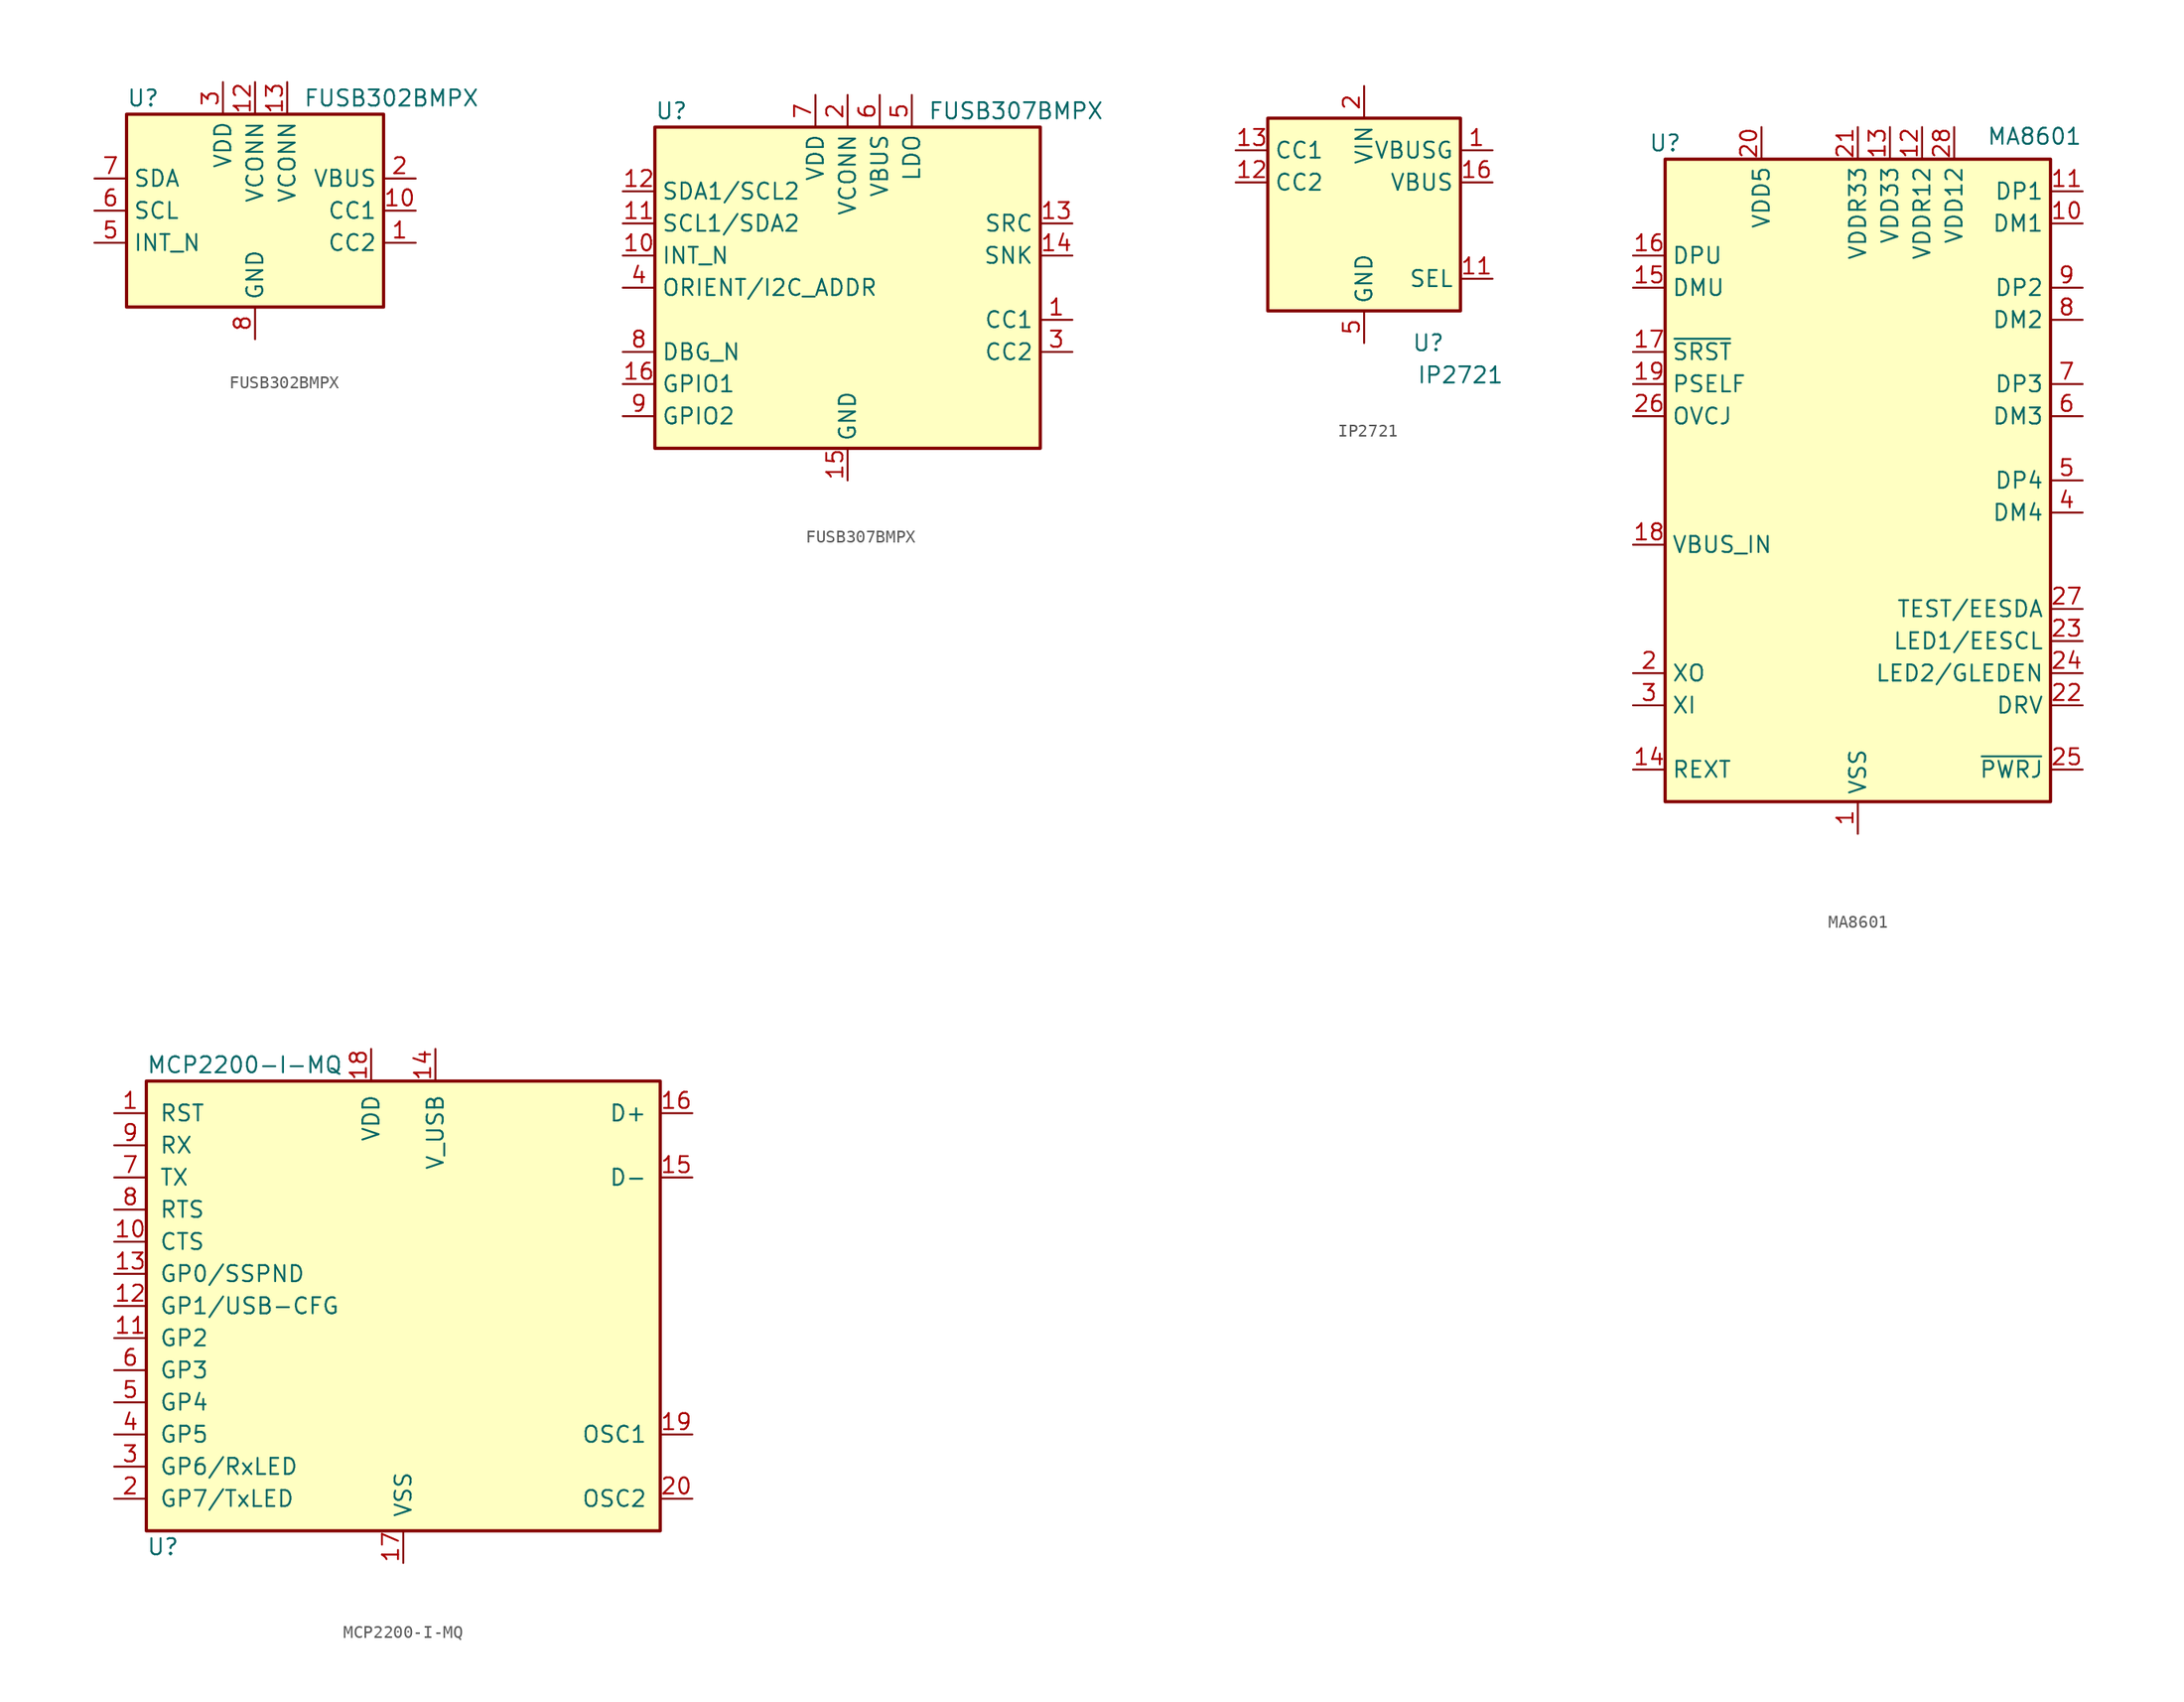
<source format=kicad_sym>
(kicad_symbol_lib
  (version 20241209)
  (generator "kicad_symbol_editor")
  (generator_version "9.0")
  (symbol "FUSB302BMPX"
    (property "Reference" "U"
      (at -10.16 8.89 0)
      (effects (font (size 1.27 1.27)) (justify left)))
    (property "Value" "FUSB302BMPX"
      (at 3.81 8.89 0)
      (effects (font (size 1.27 1.27)) (justify left)))
    (symbol "FUSB302BMPX_0_1"
      (rectangle (start -10.16 7.62) (end 10.16 -7.62) (stroke (width 0.254) (type default)) (fill (type background))))
    (symbol "FUSB302BMPX_1_1"
      (pin bidirectional line (at -12.7 2.54 0) (length 2.54) (name "SDA" (effects (font (size 1.27 1.27)))) (number "7" (effects (font (size 1.27 1.27)))))
      (pin input line (at -12.7 0 0) (length 2.54) (name "SCL" (effects (font (size 1.27 1.27)))) (number "6" (effects (font (size 1.27 1.27)))))
      (pin open_collector line (at -12.7 -2.54 0) (length 2.54) (name "INT_N" (effects (font (size 1.27 1.27)))) (number "5" (effects (font (size 1.27 1.27)))))
      (pin power_in line (at -2.54 10.16 270) (length 2.54) (name "VDD" (effects (font (size 1.27 1.27)))) (number "3" (effects (font (size 1.27 1.27)))))
      (pin passive line (at -2.54 10.16 270) (length 2.54) (hide yes) (name "VDD" (effects (font (size 1.27 1.27)))) (number "4" (effects (font (size 1.27 1.27)))))
      (pin power_in line (at 0 10.16 270) (length 2.54) (name "VCONN" (effects (font (size 1.27 1.27)))) (number "12" (effects (font (size 1.27 1.27)))))
      (pin passive line (at 0 -10.16 90) (length 2.54) (hide yes) (name "GND" (effects (font (size 1.27 1.27)))) (number "15" (effects (font (size 1.27 1.27)))))
      (pin power_in line (at 0 -10.16 90) (length 2.54) (name "GND" (effects (font (size 1.27 1.27)))) (number "8" (effects (font (size 1.27 1.27)))))
      (pin passive line (at 0 -10.16 90) (length 2.54) (hide yes) (name "GND" (effects (font (size 1.27 1.27)))) (number "9" (effects (font (size 1.27 1.27)))))
      (pin power_in line (at 2.54 10.16 270) (length 2.54) (name "VCONN" (effects (font (size 1.27 1.27)))) (number "13" (effects (font (size 1.27 1.27)))))
      (pin input line (at 12.7 2.54 180) (length 2.54) (name "VBUS" (effects (font (size 1.27 1.27)))) (number "2" (effects (font (size 1.27 1.27)))))
      (pin bidirectional line (at 12.7 0 180) (length 2.54) (name "CC1" (effects (font (size 1.27 1.27)))) (number "10" (effects (font (size 1.27 1.27)))))
      (pin bidirectional line (at 12.7 0 180) (length 2.54) (hide yes) (name "CC1" (effects (font (size 1.27 1.27)))) (number "11" (effects (font (size 1.27 1.27)))))
      (pin bidirectional line (at 12.7 -2.54 180) (length 2.54) (name "CC2" (effects (font (size 1.27 1.27)))) (number "1" (effects (font (size 1.27 1.27)))))
      (pin bidirectional line (at 12.7 -2.54 180) (length 2.54) (hide yes) (name "CC2" (effects (font (size 1.27 1.27)))) (number "14" (effects (font (size 1.27 1.27)))))))
  (symbol "FUSB307BMPX"
    (property "Reference" "U"
      (at -15.24 13.97 0)
      (effects (font (size 1.27 1.27)) (justify left)))
    (property "Value" "FUSB307BMPX"
      (at 6.35 13.97 0)
      (effects (font (size 1.27 1.27)) (justify left)))
    (symbol "FUSB307BMPX_0_1"
      (rectangle (start -15.24 12.7) (end 15.24 -12.7) (stroke (width 0.254) (type default)) (fill (type background))))
    (symbol "FUSB307BMPX_1_1"
      (pin bidirectional line (at -17.78 7.62 0) (length 2.54) (name "SDA1/SCL2" (effects (font (size 1.27 1.27)))) (number "12" (effects (font (size 1.27 1.27)))))
      (pin bidirectional line (at -17.78 5.08 0) (length 2.54) (name "SCL1/SDA2" (effects (font (size 1.27 1.27)))) (number "11" (effects (font (size 1.27 1.27)))))
      (pin open_collector line (at -17.78 2.54 0) (length 2.54) (name "INT_N" (effects (font (size 1.27 1.27)))) (number "10" (effects (font (size 1.27 1.27)))))
      (pin tri_state line (at -17.78 0 0) (length 2.54) (name "ORIENT/I2C_ADDR" (effects (font (size 1.27 1.27)))) (number "4" (effects (font (size 1.27 1.27)))))
      (pin open_collector line (at -17.78 -5.08 0) (length 2.54) (name "DBG_N" (effects (font (size 1.27 1.27)))) (number "8" (effects (font (size 1.27 1.27)))))
      (pin bidirectional line (at -17.78 -7.62 0) (length 2.54) (name "GPIO1" (effects (font (size 1.27 1.27)))) (number "16" (effects (font (size 1.27 1.27)))))
      (pin bidirectional line (at -17.78 -10.16 0) (length 2.54) (name "GPIO2" (effects (font (size 1.27 1.27)))) (number "9" (effects (font (size 1.27 1.27)))))
      (pin power_in line (at -2.54 15.24 270) (length 2.54) (name "VDD" (effects (font (size 1.27 1.27)))) (number "7" (effects (font (size 1.27 1.27)))))
      (pin power_in line (at 0 15.24 270) (length 2.54) (name "VCONN" (effects (font (size 1.27 1.27)))) (number "2" (effects (font (size 1.27 1.27)))))
      (pin power_in line (at 0 -15.24 90) (length 2.54) (name "GND" (effects (font (size 1.27 1.27)))) (number "15" (effects (font (size 1.27 1.27)))))
      (pin passive line (at 0 -15.24 90) (length 2.54) (hide yes) (name "GND" (effects (font (size 1.27 1.27)))) (number "17" (effects (font (size 1.27 1.27)))))
      (pin power_in line (at 2.54 15.24 270) (length 2.54) (name "VBUS" (effects (font (size 1.27 1.27)))) (number "6" (effects (font (size 1.27 1.27)))))
      (pin power_out line (at 5.08 15.24 270) (length 2.54) (name "LDO" (effects (font (size 1.27 1.27)))) (number "5" (effects (font (size 1.27 1.27)))))
      (pin output line (at 17.78 5.08 180) (length 2.54) (name "SRC" (effects (font (size 1.27 1.27)))) (number "13" (effects (font (size 1.27 1.27)))))
      (pin output line (at 17.78 2.54 180) (length 2.54) (name "SNK" (effects (font (size 1.27 1.27)))) (number "14" (effects (font (size 1.27 1.27)))))
      (pin bidirectional line (at 17.78 -2.54 180) (length 2.54) (name "CC1" (effects (font (size 1.27 1.27)))) (number "1" (effects (font (size 1.27 1.27)))))
      (pin bidirectional line (at 17.78 -5.08 180) (length 2.54) (name "CC2" (effects (font (size 1.27 1.27)))) (number "3" (effects (font (size 1.27 1.27)))))))
  (symbol "IP2721"
    (property "Reference" "U"
      (at 5.08 -10.16 0)
      (effects (font (size 1.27 1.27))))
    (property "Value" "IP2721"
      (at 7.62 -12.7 0)
      (effects (font (size 1.27 1.27))))
    (symbol "IP2721_0_1"
      (rectangle (start -7.62 7.62) (end 7.62 -7.62) (stroke (width 0.254) (type default)) (fill (type background))))
    (symbol "IP2721_1_1"
      (pin bidirectional line (at -10.16 5.08 0) (length 2.54) (name "CC1" (effects (font (size 1.27 1.27)))) (number "13" (effects (font (size 1.27 1.27)))))
      (pin bidirectional line (at -10.16 2.54 0) (length 2.54) (name "CC2" (effects (font (size 1.27 1.27)))) (number "12" (effects (font (size 1.27 1.27)))))
      (pin no_connect line (at -7.62 -2.54 0) (length 2.54) (hide yes) (name "NC" (effects (font (size 1.27 1.27)))) (number "4" (effects (font (size 1.27 1.27)))))
      (pin no_connect line (at -5.08 7.62 270) (length 2.54) (hide yes) (name "NC" (effects (font (size 1.27 1.27)))) (number "3" (effects (font (size 1.27 1.27)))))
      (pin no_connect line (at -5.08 -7.62 90) (length 2.54) (hide yes) (name "NC" (effects (font (size 1.27 1.27)))) (number "9" (effects (font (size 1.27 1.27)))))
      (pin no_connect line (at -2.54 7.62 270) (length 2.54) (hide yes) (name "NC" (effects (font (size 1.27 1.27)))) (number "6" (effects (font (size 1.27 1.27)))))
      (pin no_connect line (at -2.54 -7.62 90) (length 2.54) (hide yes) (name "NC" (effects (font (size 1.27 1.27)))) (number "10" (effects (font (size 1.27 1.27)))))
      (pin power_in line (at 0 10.16 270) (length 2.54) (name "VIN" (effects (font (size 1.27 1.27)))) (number "2" (effects (font (size 1.27 1.27)))))
      (pin power_in line (at 0 -10.16 90) (length 2.54) (name "GND" (effects (font (size 1.27 1.27)))) (number "5" (effects (font (size 1.27 1.27)))))
      (pin no_connect line (at 2.54 7.62 270) (length 2.54) (hide yes) (name "NC" (effects (font (size 1.27 1.27)))) (number "7" (effects (font (size 1.27 1.27)))))
      (pin no_connect line (at 2.54 -7.62 90) (length 2.54) (hide yes) (name "NC" (effects (font (size 1.27 1.27)))) (number "14" (effects (font (size 1.27 1.27)))))
      (pin no_connect line (at 5.08 7.62 270) (length 2.54) (hide yes) (name "NC" (effects (font (size 1.27 1.27)))) (number "8" (effects (font (size 1.27 1.27)))))
      (pin no_connect line (at 5.08 -7.62 90) (length 2.54) (hide yes) (name "NC" (effects (font (size 1.27 1.27)))) (number "15" (effects (font (size 1.27 1.27)))))
      (pin output line (at 10.16 5.08 180) (length 2.54) (name "VBUSG" (effects (font (size 1.27 1.27)))) (number "1" (effects (font (size 1.27 1.27)))))
      (pin input line (at 10.16 2.54 180) (length 2.54) (name "VBUS" (effects (font (size 1.27 1.27)))) (number "16" (effects (font (size 1.27 1.27)))))
      (pin input line (at 10.16 -5.08 180) (length 2.54) (name "SEL" (effects (font (size 1.27 1.27)))) (number "11" (effects (font (size 1.27 1.27)))))))
  (symbol "MA8601"
    (property "Reference" "U"
      (at -15.24 26.67 0)
      (effects (font (size 1.27 1.27))))
    (property "Value" "MA8601"
      (at 13.97 27.94 0)
      (effects (font (size 1.27 1.27)) (justify top)))
    (symbol "MA8601_0_1"
      (rectangle (start -15.24 25.4) (end 15.24 -25.4) (stroke (width 0.254) (type default)) (fill (type background))))
    (symbol "MA8601_1_1"
      (pin bidirectional line (at -17.78 17.78 0) (length 2.54) (name "DPU" (effects (font (size 1.27 1.27)))) (number "16" (effects (font (size 1.27 1.27)))))
      (pin bidirectional line (at -17.78 15.24 0) (length 2.54) (name "DMU" (effects (font (size 1.27 1.27)))) (number "15" (effects (font (size 1.27 1.27)))))
      (pin input line (at -17.78 10.16 0) (length 2.54) (name "~{SRST}" (effects (font (size 1.27 1.27)))) (number "17" (effects (font (size 1.27 1.27)))))
      (pin input line (at -17.78 7.62 0) (length 2.54) (name "PSELF" (effects (font (size 1.27 1.27)))) (number "19" (effects (font (size 1.27 1.27)))))
      (pin input line (at -17.78 5.08 0) (length 2.54) (name "OVCJ" (effects (font (size 1.27 1.27)))) (number "26" (effects (font (size 1.27 1.27)))))
      (pin input line (at -17.78 -5.08 0) (length 2.54) (name "VBUS_IN" (effects (font (size 1.27 1.27)))) (number "18" (effects (font (size 1.27 1.27)))))
      (pin output line (at -17.78 -15.24 0) (length 2.54) (name "XO" (effects (font (size 1.27 1.27)))) (number "2" (effects (font (size 1.27 1.27)))))
      (pin input line (at -17.78 -17.78 0) (length 2.54) (name "XI" (effects (font (size 1.27 1.27)))) (number "3" (effects (font (size 1.27 1.27)))))
      (pin passive line (at -17.78 -22.86 0) (length 2.54) (name "REXT" (effects (font (size 1.27 1.27)))) (number "14" (effects (font (size 1.27 1.27)))))
      (pin power_in line (at -7.62 27.94 270) (length 2.54) (name "VDD5" (effects (font (size 1.27 1.27)))) (number "20" (effects (font (size 1.27 1.27)))))
      (pin power_out line (at 0 27.94 270) (length 2.54) (name "VDDR33" (effects (font (size 1.27 1.27)))) (number "21" (effects (font (size 1.27 1.27)))))
      (pin power_in line (at 0 -27.94 90) (length 2.54) (name "VSS" (effects (font (size 1.27 1.27)))) (number "1" (effects (font (size 1.27 1.27)))))
      (pin power_in line (at 2.54 27.94 270) (length 2.54) (name "VDD33" (effects (font (size 1.27 1.27)))) (number "13" (effects (font (size 1.27 1.27)))))
      (pin power_out line (at 5.08 27.94 270) (length 2.54) (name "VDDR12" (effects (font (size 1.27 1.27)))) (number "12" (effects (font (size 1.27 1.27)))))
      (pin power_in line (at 7.62 27.94 270) (length 2.54) (name "VDD12" (effects (font (size 1.27 1.27)))) (number "28" (effects (font (size 1.27 1.27)))))
      (pin bidirectional line (at 17.78 22.86 180) (length 2.54) (name "DP1" (effects (font (size 1.27 1.27)))) (number "11" (effects (font (size 1.27 1.27)))))
      (pin bidirectional line (at 17.78 20.32 180) (length 2.54) (name "DM1" (effects (font (size 1.27 1.27)))) (number "10" (effects (font (size 1.27 1.27)))))
      (pin bidirectional line (at 17.78 15.24 180) (length 2.54) (name "DP2" (effects (font (size 1.27 1.27)))) (number "9" (effects (font (size 1.27 1.27)))))
      (pin bidirectional line (at 17.78 12.7 180) (length 2.54) (name "DM2" (effects (font (size 1.27 1.27)))) (number "8" (effects (font (size 1.27 1.27)))))
      (pin bidirectional line (at 17.78 7.62 180) (length 2.54) (name "DP3" (effects (font (size 1.27 1.27)))) (number "7" (effects (font (size 1.27 1.27)))))
      (pin bidirectional line (at 17.78 5.08 180) (length 2.54) (name "DM3" (effects (font (size 1.27 1.27)))) (number "6" (effects (font (size 1.27 1.27)))))
      (pin bidirectional line (at 17.78 0 180) (length 2.54) (name "DP4" (effects (font (size 1.27 1.27)))) (number "5" (effects (font (size 1.27 1.27)))))
      (pin bidirectional line (at 17.78 -2.54 180) (length 2.54) (name "DM4" (effects (font (size 1.27 1.27)))) (number "4" (effects (font (size 1.27 1.27)))))
      (pin bidirectional line (at 17.78 -10.16 180) (length 2.54) (name "TEST/EESDA" (effects (font (size 1.27 1.27)))) (number "27" (effects (font (size 1.27 1.27)))))
      (pin bidirectional line (at 17.78 -12.7 180) (length 2.54) (name "LED1/EESCL" (effects (font (size 1.27 1.27)))) (number "23" (effects (font (size 1.27 1.27)))))
      (pin bidirectional line (at 17.78 -15.24 180) (length 2.54) (name "LED2/GLEDEN" (effects (font (size 1.27 1.27)))) (number "24" (effects (font (size 1.27 1.27)))))
      (pin bidirectional line (at 17.78 -17.78 180) (length 2.54) (name "DRV" (effects (font (size 1.27 1.27)))) (number "22" (effects (font (size 1.27 1.27)))))
      (pin output line (at 17.78 -22.86 180) (length 2.54) (name "~{PWRJ}" (effects (font (size 1.27 1.27)))) (number "25" (effects (font (size 1.27 1.27)))))))
  (symbol "MCP2200-I-MQ"
    (pin_names
      (offset 1.016))
    (property "Reference" "U"
      (at -20.32 -19.05 0)
      (effects (font (size 1.27 1.27)) (justify left)))
    (property "Value" "MCP2200-I-MQ"
      (at -20.32 19.05 0)
      (effects (font (size 1.27 1.27)) (justify left)))
    (symbol "MCP2200-I-MQ_0_1"
      (rectangle (start -20.32 17.78) (end 20.32 -17.78) (stroke (width 0.254) (type default)) (fill (type background))))
    (symbol "MCP2200-I-MQ_1_1"
      (pin input line (at -22.86 15.24 0) (length 2.54) (name "RST" (effects (font (size 1.27 1.27)))) (number "1" (effects (font (size 1.27 1.27)))))
      (pin input line (at -22.86 12.7 0) (length 2.54) (name "RX" (effects (font (size 1.27 1.27)))) (number "9" (effects (font (size 1.27 1.27)))))
      (pin output line (at -22.86 10.16 0) (length 2.54) (name "TX" (effects (font (size 1.27 1.27)))) (number "7" (effects (font (size 1.27 1.27)))))
      (pin output line (at -22.86 7.62 0) (length 2.54) (name "RTS" (effects (font (size 1.27 1.27)))) (number "8" (effects (font (size 1.27 1.27)))))
      (pin input line (at -22.86 5.08 0) (length 2.54) (name "CTS" (effects (font (size 1.27 1.27)))) (number "10" (effects (font (size 1.27 1.27)))))
      (pin bidirectional line (at -22.86 2.54 0) (length 2.54) (name "GP0/SSPND" (effects (font (size 1.27 1.27)))) (number "13" (effects (font (size 1.27 1.27)))))
      (pin bidirectional line (at -22.86 0 0) (length 2.54) (name "GP1/USB-CFG" (effects (font (size 1.27 1.27)))) (number "12" (effects (font (size 1.27 1.27)))))
      (pin bidirectional line (at -22.86 -2.54 0) (length 2.54) (name "GP2" (effects (font (size 1.27 1.27)))) (number "11" (effects (font (size 1.27 1.27)))))
      (pin bidirectional line (at -22.86 -5.08 0) (length 2.54) (name "GP3" (effects (font (size 1.27 1.27)))) (number "6" (effects (font (size 1.27 1.27)))))
      (pin bidirectional line (at -22.86 -7.62 0) (length 2.54) (name "GP4" (effects (font (size 1.27 1.27)))) (number "5" (effects (font (size 1.27 1.27)))))
      (pin bidirectional line (at -22.86 -10.16 0) (length 2.54) (name "GP5" (effects (font (size 1.27 1.27)))) (number "4" (effects (font (size 1.27 1.27)))))
      (pin bidirectional line (at -22.86 -12.7 0) (length 2.54) (name "GP6/RxLED" (effects (font (size 1.27 1.27)))) (number "3" (effects (font (size 1.27 1.27)))))
      (pin bidirectional line (at -22.86 -15.24 0) (length 2.54) (name "GP7/TxLED" (effects (font (size 1.27 1.27)))) (number "2" (effects (font (size 1.27 1.27)))))
      (pin power_in line (at -2.54 20.32 270) (length 2.54) (name "VDD" (effects (font (size 1.27 1.27)))) (number "18" (effects (font (size 1.27 1.27)))))
      (pin power_in line (at 0 -20.32 90) (length 2.54) (name "VSS" (effects (font (size 1.27 1.27)))) (number "17" (effects (font (size 1.27 1.27)))))
      (pin power_in line (at 2.54 20.32 270) (length 2.54) (name "V_USB" (effects (font (size 1.27 1.27)))) (number "14" (effects (font (size 1.27 1.27)))))
      (pin no_connect line (at 20.32 0 180) (length 2.54) (hide yes) (name "EP" (effects (font (size 1.27 1.27)))) (number "21" (effects (font (size 1.27 1.27)))))
      (pin bidirectional line (at 22.86 15.24 180) (length 2.54) (name "D+" (effects (font (size 1.27 1.27)))) (number "16" (effects (font (size 1.27 1.27)))))
      (pin bidirectional line (at 22.86 10.16 180) (length 2.54) (name "D-" (effects (font (size 1.27 1.27)))) (number "15" (effects (font (size 1.27 1.27)))))
      (pin input line (at 22.86 -10.16 180) (length 2.54) (name "OSC1" (effects (font (size 1.27 1.27)))) (number "19" (effects (font (size 1.27 1.27)))))
      (pin output line (at 22.86 -15.24 180) (length 2.54) (name "OSC2" (effects (font (size 1.27 1.27)))) (number "20" (effects (font (size 1.27 1.27))))))))
</source>
